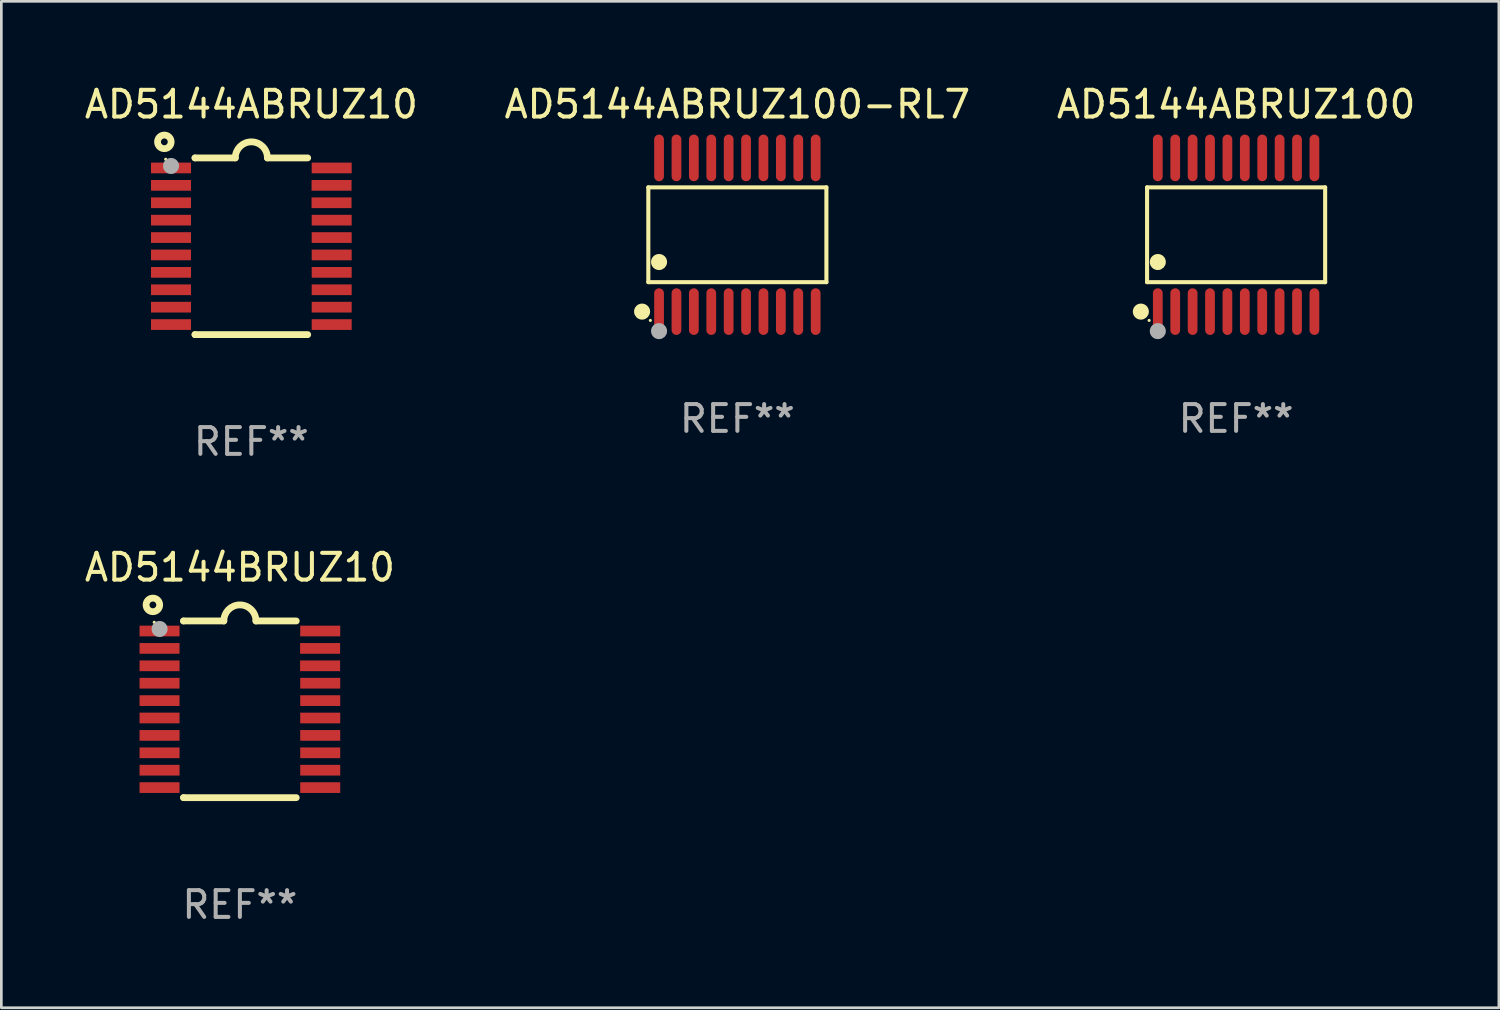
<source format=kicad_pcb>
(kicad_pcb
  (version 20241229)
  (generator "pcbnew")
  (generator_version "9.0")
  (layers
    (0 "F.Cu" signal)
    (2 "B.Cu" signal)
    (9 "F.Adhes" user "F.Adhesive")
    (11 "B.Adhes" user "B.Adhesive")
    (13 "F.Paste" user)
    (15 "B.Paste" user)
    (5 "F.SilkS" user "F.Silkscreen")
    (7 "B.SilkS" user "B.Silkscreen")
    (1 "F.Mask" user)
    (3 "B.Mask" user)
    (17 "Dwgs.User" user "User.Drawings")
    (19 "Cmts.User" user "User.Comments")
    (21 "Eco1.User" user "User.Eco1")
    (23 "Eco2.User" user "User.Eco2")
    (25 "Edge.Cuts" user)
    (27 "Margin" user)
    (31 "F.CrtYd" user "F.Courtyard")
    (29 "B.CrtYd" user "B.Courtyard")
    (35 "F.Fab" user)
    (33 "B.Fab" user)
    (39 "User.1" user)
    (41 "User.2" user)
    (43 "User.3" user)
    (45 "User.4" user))
  (footprint "AD5144ABRUZ100"
    (layer "F.Cu")
    (at 43.125 5.719)
    (property "Reference" "AD5144ABRUZ100" (at 0 -4.871 0) (layer "F.SilkS") (effects (font (size 1 1) (thickness 0.15))))
    (attr through_hole)
    (fp_line (start -3.326 -1.771) (end 3.326 -1.771) (stroke (width 0.152) (type solid)) (layer "F.SilkS"))
    (fp_line (start -3.326 1.771) (end -3.326 -1.771) (stroke (width 0.152) (type solid)) (layer "F.SilkS"))
    (fp_line (start 3.326 -1.771) (end 3.326 1.771) (stroke (width 0.152) (type solid)) (layer "F.SilkS"))
    (fp_line (start 3.326 1.771) (end -3.326 1.771) (stroke (width 0.152) (type solid)) (layer "F.SilkS"))
    (fp_circle (center -3.559 2.871) (end -3.409 2.871) (stroke (width 0.3) (type solid)) (fill no) (layer "F.SilkS"))
    (fp_circle (center -3.25 3.2) (end -3.22 3.2) (stroke (width 0.06) (type solid)) (fill no) (layer "F.SilkS"))
    (fp_circle (center -2.925 1.019) (end -2.775 1.019) (stroke (width 0.3) (type solid)) (fill no) (layer "F.SilkS"))
    (fp_circle (center -2.925 3.6) (end -2.775 3.6) (stroke (width 0.3) (type solid)) (fill no) (layer "F.Fab"))
    (fp_text user "REF**" (at 0 6.871 0) (layer "F.Fab") (effects (font (size 1 1) (thickness 0.15))))
    (pad "1" smd oval (at -2.925 2.871) (size 0.364 1.742) (layers "F.Cu" "F.Mask" "F.Paste"))
    (pad "2" smd oval (at -2.275 2.871) (size 0.364 1.742) (layers "F.Cu" "F.Mask" "F.Paste"))
    (pad "3" smd oval (at -1.625 2.871) (size 0.364 1.742) (layers "F.Cu" "F.Mask" "F.Paste"))
    (pad "4" smd oval (at -0.975 2.871) (size 0.364 1.742) (layers "F.Cu" "F.Mask" "F.Paste"))
    (pad "5" smd oval (at -0.325 2.871) (size 0.364 1.742) (layers "F.Cu" "F.Mask" "F.Paste"))
    (pad "6" smd oval (at 0.325 2.871) (size 0.364 1.742) (layers "F.Cu" "F.Mask" "F.Paste"))
    (pad "7" smd oval (at 0.975 2.871) (size 0.364 1.742) (layers "F.Cu" "F.Mask" "F.Paste"))
    (pad "8" smd oval (at 1.625 2.871) (size 0.364 1.742) (layers "F.Cu" "F.Mask" "F.Paste"))
    (pad "9" smd oval (at 2.275 2.871) (size 0.364 1.742) (layers "F.Cu" "F.Mask" "F.Paste"))
    (pad "10" smd oval (at 2.925 2.871) (size 0.364 1.742) (layers "F.Cu" "F.Mask" "F.Paste"))
    (pad "11" smd oval (at 2.925 -2.871) (size 0.364 1.742) (layers "F.Cu" "F.Mask" "F.Paste"))
    (pad "12" smd oval (at 2.275 -2.871) (size 0.364 1.742) (layers "F.Cu" "F.Mask" "F.Paste"))
    (pad "13" smd oval (at 1.625 -2.871) (size 0.364 1.742) (layers "F.Cu" "F.Mask" "F.Paste"))
    (pad "14" smd oval (at 0.975 -2.871) (size 0.364 1.742) (layers "F.Cu" "F.Mask" "F.Paste"))
    (pad "15" smd oval (at 0.325 -2.871) (size 0.364 1.742) (layers "F.Cu" "F.Mask" "F.Paste"))
    (pad "16" smd oval (at -0.325 -2.871) (size 0.364 1.742) (layers "F.Cu" "F.Mask" "F.Paste"))
    (pad "17" smd oval (at -0.975 -2.871) (size 0.364 1.742) (layers "F.Cu" "F.Mask" "F.Paste"))
    (pad "18" smd oval (at -1.625 -2.871) (size 0.364 1.742) (layers "F.Cu" "F.Mask" "F.Paste"))
    (pad "19" smd oval (at -2.275 -2.871) (size 0.364 1.742) (layers "F.Cu" "F.Mask" "F.Paste"))
    (pad "20" smd oval (at -2.925 -2.871) (size 0.364 1.742) (layers "F.Cu" "F.Mask" "F.Paste")))
  (footprint "AD5144ABRUZ10"
    (layer "F.Cu")
    (at 6.339 6.149)
    (property "Reference" "AD5144ABRUZ10" (at 0 -5.3 0) (layer "F.SilkS") (effects (font (size 1 1) (thickness 0.15))))
    (attr through_hole)
    (fp_line (start -2.105 -3.3) (end -2.105 -3.3) (stroke (width 0.254) (type solid)) (layer "F.SilkS"))
    (fp_line (start -2.105 -3.3) (end -0.6 -3.3) (stroke (width 0.254) (type solid)) (layer "F.SilkS"))
    (fp_line (start -2.105 3.3) (end -2.105 3.3) (stroke (width 0.254) (type solid)) (layer "F.SilkS"))
    (fp_line (start 0.6 -3.3) (end 2.105 -3.3) (stroke (width 0.254) (type solid)) (layer "F.SilkS"))
    (fp_line (start 2.105 3.3) (end -2.105 3.3) (stroke (width 0.254) (type solid)) (layer "F.SilkS"))
    (fp_arc (start -0.599924 -3.300026) (mid 0.000114 -3.897415) (end 0.600152 -3.300025) (stroke (width 0.254001) (type solid)) (layer "F.SilkS"))
    (fp_circle (center -3.25 -3.9) (end -2.996 -3.9) (stroke (width 0.254) (type solid)) (fill no) (layer "F.SilkS"))
    (fp_circle (center -3.2 -3.25) (end -3.17 -3.25) (stroke (width 0.06) (type solid)) (fill no) (layer "F.SilkS"))
    (fp_circle (center -3 -3) (end -2.85 -3) (stroke (width 0.3) (type solid)) (fill no) (layer "F.Fab"))
    (fp_text user "REF**" (at 0 7.3 0) (layer "F.Fab") (effects (font (size 1 1) (thickness 0.15))))
    (pad "1" smd rect (at -3.001 -2.925 270) (size 0.4 1.494) (layers "F.Cu" "F.Mask" "F.Paste"))
    (pad "2" smd rect (at -3.001 -2.275 270) (size 0.4 1.494) (layers "F.Cu" "F.Mask" "F.Paste"))
    (pad "3" smd rect (at -3.001 -1.625 270) (size 0.4 1.494) (layers "F.Cu" "F.Mask" "F.Paste"))
    (pad "4" smd rect (at -3.001 -0.975 270) (size 0.4 1.494) (layers "F.Cu" "F.Mask" "F.Paste"))
    (pad "5" smd rect (at -3.001 -0.325 270) (size 0.4 1.494) (layers "F.Cu" "F.Mask" "F.Paste"))
    (pad "6" smd rect (at -3.001 0.324 270) (size 0.4 1.494) (layers "F.Cu" "F.Mask" "F.Paste"))
    (pad "7" smd rect (at -3.001 0.975 270) (size 0.4 1.494) (layers "F.Cu" "F.Mask" "F.Paste"))
    (pad "8" smd rect (at -3.001 1.625 270) (size 0.4 1.494) (layers "F.Cu" "F.Mask" "F.Paste"))
    (pad "9" smd rect (at -3.001 2.275 270) (size 0.4 1.494) (layers "F.Cu" "F.Mask" "F.Paste"))
    (pad "10" smd rect (at -3.001 2.925 270) (size 0.4 1.494) (layers "F.Cu" "F.Mask" "F.Paste"))
    (pad "11" smd rect (at 3.001 2.925 270) (size 0.4 1.494) (layers "F.Cu" "F.Mask" "F.Paste"))
    (pad "12" smd rect (at 3.001 2.275 270) (size 0.4 1.494) (layers "F.Cu" "F.Mask" "F.Paste"))
    (pad "13" smd rect (at 3.001 1.625 270) (size 0.4 1.494) (layers "F.Cu" "F.Mask" "F.Paste"))
    (pad "14" smd rect (at 3.001 0.975 270) (size 0.4 1.494) (layers "F.Cu" "F.Mask" "F.Paste"))
    (pad "15" smd rect (at 3.001 0.325 270) (size 0.4 1.494) (layers "F.Cu" "F.Mask" "F.Paste"))
    (pad "16" smd rect (at 3.001 -0.325 270) (size 0.4 1.494) (layers "F.Cu" "F.Mask" "F.Paste"))
    (pad "17" smd rect (at 3.001 -0.975 270) (size 0.4 1.494) (layers "F.Cu" "F.Mask" "F.Paste"))
    (pad "18" smd rect (at 2.996 -1.625 270) (size 0.4 1.494) (layers "F.Cu" "F.Mask" "F.Paste"))
    (pad "19" smd rect (at 2.996 -2.275 270) (size 0.4 1.494) (layers "F.Cu" "F.Mask" "F.Paste"))
    (pad "20" smd rect (at 3.001 -2.925 270) (size 0.4 1.494) (layers "F.Cu" "F.Mask" "F.Paste")))
  (footprint "AD5144BRUZ10"
    (layer "F.Cu")
    (at 5.911 23.446)
    (property "Reference" "AD5144BRUZ10" (at 0 -5.3 0) (layer "F.SilkS") (effects (font (size 1 1) (thickness 0.15))))
    (attr through_hole)
    (fp_line (start -2.105 -3.3) (end -2.105 -3.3) (stroke (width 0.254) (type solid)) (layer "F.SilkS"))
    (fp_line (start -2.105 -3.3) (end -0.6 -3.3) (stroke (width 0.254) (type solid)) (layer "F.SilkS"))
    (fp_line (start -2.105 3.3) (end -2.105 3.3) (stroke (width 0.254) (type solid)) (layer "F.SilkS"))
    (fp_line (start 0.6 -3.3) (end 2.105 -3.3) (stroke (width 0.254) (type solid)) (layer "F.SilkS"))
    (fp_line (start 2.105 3.3) (end -2.105 3.3) (stroke (width 0.254) (type solid)) (layer "F.SilkS"))
    (fp_arc (start -0.599924 -3.300026) (mid 0.000114 -3.897415) (end 0.600152 -3.300025) (stroke (width 0.254001) (type solid)) (layer "F.SilkS"))
    (fp_circle (center -3.25 -3.9) (end -2.996 -3.9) (stroke (width 0.254) (type solid)) (fill no) (layer "F.SilkS"))
    (fp_circle (center -3.2 -3.25) (end -3.17 -3.25) (stroke (width 0.06) (type solid)) (fill no) (layer "F.SilkS"))
    (fp_circle (center -3 -3) (end -2.85 -3) (stroke (width 0.3) (type solid)) (fill no) (layer "F.Fab"))
    (fp_text user "REF**" (at 0 7.3 0) (layer "F.Fab") (effects (font (size 1 1) (thickness 0.15))))
    (pad "1" smd rect (at -3.001 -2.925 270) (size 0.4 1.494) (layers "F.Cu" "F.Mask" "F.Paste"))
    (pad "2" smd rect (at -3.001 -2.275 270) (size 0.4 1.494) (layers "F.Cu" "F.Mask" "F.Paste"))
    (pad "3" smd rect (at -3.001 -1.625 270) (size 0.4 1.494) (layers "F.Cu" "F.Mask" "F.Paste"))
    (pad "4" smd rect (at -3.001 -0.975 270) (size 0.4 1.494) (layers "F.Cu" "F.Mask" "F.Paste"))
    (pad "5" smd rect (at -3.001 -0.325 270) (size 0.4 1.494) (layers "F.Cu" "F.Mask" "F.Paste"))
    (pad "6" smd rect (at -3.001 0.324 270) (size 0.4 1.494) (layers "F.Cu" "F.Mask" "F.Paste"))
    (pad "7" smd rect (at -3.001 0.975 270) (size 0.4 1.494) (layers "F.Cu" "F.Mask" "F.Paste"))
    (pad "8" smd rect (at -3.001 1.625 270) (size 0.4 1.494) (layers "F.Cu" "F.Mask" "F.Paste"))
    (pad "9" smd rect (at -3.001 2.275 270) (size 0.4 1.494) (layers "F.Cu" "F.Mask" "F.Paste"))
    (pad "10" smd rect (at -3.001 2.925 270) (size 0.4 1.494) (layers "F.Cu" "F.Mask" "F.Paste"))
    (pad "11" smd rect (at 3.001 2.925 270) (size 0.4 1.494) (layers "F.Cu" "F.Mask" "F.Paste"))
    (pad "12" smd rect (at 3.001 2.275 270) (size 0.4 1.494) (layers "F.Cu" "F.Mask" "F.Paste"))
    (pad "13" smd rect (at 3.001 1.625 270) (size 0.4 1.494) (layers "F.Cu" "F.Mask" "F.Paste"))
    (pad "14" smd rect (at 3.001 0.975 270) (size 0.4 1.494) (layers "F.Cu" "F.Mask" "F.Paste"))
    (pad "15" smd rect (at 3.001 0.325 270) (size 0.4 1.494) (layers "F.Cu" "F.Mask" "F.Paste"))
    (pad "16" smd rect (at 3.001 -0.325 270) (size 0.4 1.494) (layers "F.Cu" "F.Mask" "F.Paste"))
    (pad "17" smd rect (at 3.001 -0.975 270) (size 0.4 1.494) (layers "F.Cu" "F.Mask" "F.Paste"))
    (pad "18" smd rect (at 2.996 -1.625 270) (size 0.4 1.494) (layers "F.Cu" "F.Mask" "F.Paste"))
    (pad "19" smd rect (at 2.996 -2.275 270) (size 0.4 1.494) (layers "F.Cu" "F.Mask" "F.Paste"))
    (pad "20" smd rect (at 3.001 -2.925 270) (size 0.4 1.494) (layers "F.Cu" "F.Mask" "F.Paste")))
  (footprint "AD5144ABRUZ100-RL7"
    (layer "F.Cu")
    (at 24.494 5.719)
    (property "Reference" "AD5144ABRUZ100-RL7" (at 0 -4.871 0) (layer "F.SilkS") (effects (font (size 1 1) (thickness 0.15))))
    (attr through_hole)
    (fp_line (start -3.326 -1.771) (end 3.326 -1.771) (stroke (width 0.152) (type solid)) (layer "F.SilkS"))
    (fp_line (start -3.326 1.771) (end -3.326 -1.771) (stroke (width 0.152) (type solid)) (layer "F.SilkS"))
    (fp_line (start 3.326 -1.771) (end 3.326 1.771) (stroke (width 0.152) (type solid)) (layer "F.SilkS"))
    (fp_line (start 3.326 1.771) (end -3.326 1.771) (stroke (width 0.152) (type solid)) (layer "F.SilkS"))
    (fp_circle (center -3.559 2.871) (end -3.409 2.871) (stroke (width 0.3) (type solid)) (fill no) (layer "F.SilkS"))
    (fp_circle (center -3.25 3.2) (end -3.22 3.2) (stroke (width 0.06) (type solid)) (fill no) (layer "F.SilkS"))
    (fp_circle (center -2.925 1.019) (end -2.775 1.019) (stroke (width 0.3) (type solid)) (fill no) (layer "F.SilkS"))
    (fp_circle (center -2.925 3.6) (end -2.775 3.6) (stroke (width 0.3) (type solid)) (fill no) (layer "F.Fab"))
    (fp_text user "REF**" (at 0 6.871 0) (layer "F.Fab") (effects (font (size 1 1) (thickness 0.15))))
    (pad "1" smd oval (at -2.925 2.871) (size 0.364 1.742) (layers "F.Cu" "F.Mask" "F.Paste"))
    (pad "2" smd oval (at -2.275 2.871) (size 0.364 1.742) (layers "F.Cu" "F.Mask" "F.Paste"))
    (pad "3" smd oval (at -1.625 2.871) (size 0.364 1.742) (layers "F.Cu" "F.Mask" "F.Paste"))
    (pad "4" smd oval (at -0.975 2.871) (size 0.364 1.742) (layers "F.Cu" "F.Mask" "F.Paste"))
    (pad "5" smd oval (at -0.325 2.871) (size 0.364 1.742) (layers "F.Cu" "F.Mask" "F.Paste"))
    (pad "6" smd oval (at 0.325 2.871) (size 0.364 1.742) (layers "F.Cu" "F.Mask" "F.Paste"))
    (pad "7" smd oval (at 0.975 2.871) (size 0.364 1.742) (layers "F.Cu" "F.Mask" "F.Paste"))
    (pad "8" smd oval (at 1.625 2.871) (size 0.364 1.742) (layers "F.Cu" "F.Mask" "F.Paste"))
    (pad "9" smd oval (at 2.275 2.871) (size 0.364 1.742) (layers "F.Cu" "F.Mask" "F.Paste"))
    (pad "10" smd oval (at 2.925 2.871) (size 0.364 1.742) (layers "F.Cu" "F.Mask" "F.Paste"))
    (pad "11" smd oval (at 2.925 -2.871) (size 0.364 1.742) (layers "F.Cu" "F.Mask" "F.Paste"))
    (pad "12" smd oval (at 2.275 -2.871) (size 0.364 1.742) (layers "F.Cu" "F.Mask" "F.Paste"))
    (pad "13" smd oval (at 1.625 -2.871) (size 0.364 1.742) (layers "F.Cu" "F.Mask" "F.Paste"))
    (pad "14" smd oval (at 0.975 -2.871) (size 0.364 1.742) (layers "F.Cu" "F.Mask" "F.Paste"))
    (pad "15" smd oval (at 0.325 -2.871) (size 0.364 1.742) (layers "F.Cu" "F.Mask" "F.Paste"))
    (pad "16" smd oval (at -0.325 -2.871) (size 0.364 1.742) (layers "F.Cu" "F.Mask" "F.Paste"))
    (pad "17" smd oval (at -0.975 -2.871) (size 0.364 1.742) (layers "F.Cu" "F.Mask" "F.Paste"))
    (pad "18" smd oval (at -1.625 -2.871) (size 0.364 1.742) (layers "F.Cu" "F.Mask" "F.Paste"))
    (pad "19" smd oval (at -2.275 -2.871) (size 0.364 1.742) (layers "F.Cu" "F.Mask" "F.Paste"))
    (pad "20" smd oval (at -2.925 -2.871) (size 0.364 1.742) (layers "F.Cu" "F.Mask" "F.Paste")))
  (gr_rect
    (start -3 -3)
    (end 52.94 34.595)
    (stroke (width 0.1) (type default))
    (fill no)
    (layer "Edge.Cuts")))
</source>
